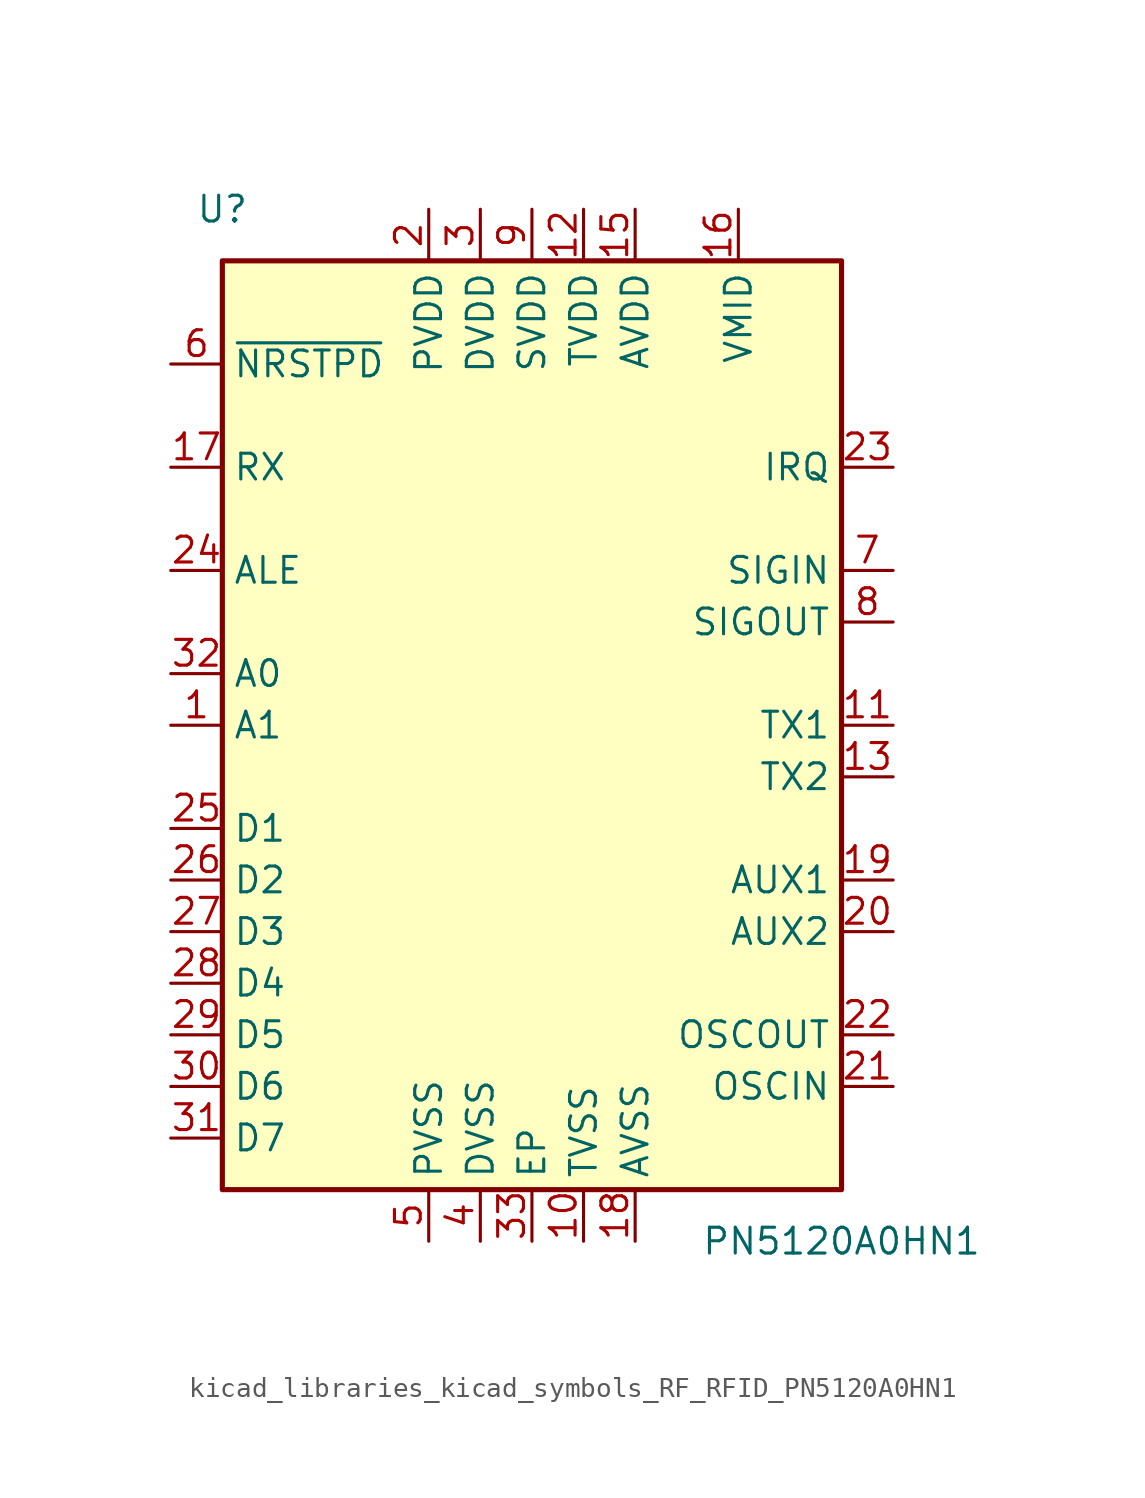
<source format=kicad_sym>
(kicad_symbol_lib
  (version 20220914)
  (generator kicad_symbol_editor)
  (symbol "kicad_libraries_kicad_symbols_RF_RFID_PN5120A0HN1"
    (property "Reference" "U"
      (at -15.24 25.4 0)
      (effects (font (size 1.27 1.27))))
    (property "Value" "PN5120A0HN1"
      (at 15.24 -25.4 0)
      (effects (font (size 1.27 1.27))))
    (symbol "kicad_libraries_kicad_symbols_RF_RFID_PN5120A0HN1_0_1"
      (rectangle (start -15.24 22.86) (end 15.24 -22.86) (stroke (width 0.254) (type default)) (fill (type background))))
    (symbol "kicad_libraries_kicad_symbols_RF_RFID_PN5120A0HN1_1_1"
      (pin input line (at -17.78 0 0) (length 2.54) (name "A1" (effects (font (size 1.27 1.27)))) (number "1" (effects (font (size 1.27 1.27)))))
      (pin power_in line (at 2.54 -25.4 90) (length 2.54) (name "TVSS" (effects (font (size 1.27 1.27)))) (number "10" (effects (font (size 1.27 1.27)))))
      (pin output line (at 17.78 0 180) (length 2.54) (name "TX1" (effects (font (size 1.27 1.27)))) (number "11" (effects (font (size 1.27 1.27)))))
      (pin power_in line (at 2.54 25.4 270) (length 2.54) (name "TVDD" (effects (font (size 1.27 1.27)))) (number "12" (effects (font (size 1.27 1.27)))))
      (pin output line (at 17.78 -2.54 180) (length 2.54) (name "TX2" (effects (font (size 1.27 1.27)))) (number "13" (effects (font (size 1.27 1.27)))))
      (pin passive line (at 2.54 -25.4 90) (length 2.54) hide (name "TVSS" (effects (font (size 1.27 1.27)))) (number "14" (effects (font (size 1.27 1.27)))))
      (pin power_in line (at 5.08 25.4 270) (length 2.54) (name "AVDD" (effects (font (size 1.27 1.27)))) (number "15" (effects (font (size 1.27 1.27)))))
      (pin power_out line (at 10.16 25.4 270) (length 2.54) (name "VMID" (effects (font (size 1.27 1.27)))) (number "16" (effects (font (size 1.27 1.27)))))
      (pin input line (at -17.78 12.7 0) (length 2.54) (name "RX" (effects (font (size 1.27 1.27)))) (number "17" (effects (font (size 1.27 1.27)))))
      (pin power_in line (at 5.08 -25.4 90) (length 2.54) (name "AVSS" (effects (font (size 1.27 1.27)))) (number "18" (effects (font (size 1.27 1.27)))))
      (pin output line (at 17.78 -7.62 180) (length 2.54) (name "AUX1" (effects (font (size 1.27 1.27)))) (number "19" (effects (font (size 1.27 1.27)))))
      (pin power_in line (at -5.08 25.4 270) (length 2.54) (name "PVDD" (effects (font (size 1.27 1.27)))) (number "2" (effects (font (size 1.27 1.27)))))
      (pin output line (at 17.78 -10.16 180) (length 2.54) (name "AUX2" (effects (font (size 1.27 1.27)))) (number "20" (effects (font (size 1.27 1.27)))))
      (pin input line (at 17.78 -17.78 180) (length 2.54) (name "OSCIN" (effects (font (size 1.27 1.27)))) (number "21" (effects (font (size 1.27 1.27)))))
      (pin output line (at 17.78 -15.24 180) (length 2.54) (name "OSCOUT" (effects (font (size 1.27 1.27)))) (number "22" (effects (font (size 1.27 1.27)))))
      (pin output line (at 17.78 12.7 180) (length 2.54) (name "IRQ" (effects (font (size 1.27 1.27)))) (number "23" (effects (font (size 1.27 1.27)))))
      (pin input line (at -17.78 7.62 0) (length 2.54) (name "ALE" (effects (font (size 1.27 1.27)))) (number "24" (effects (font (size 1.27 1.27)))))
      (pin bidirectional line (at -17.78 -5.08 0) (length 2.54) (name "D1" (effects (font (size 1.27 1.27)))) (number "25" (effects (font (size 1.27 1.27)))))
      (pin bidirectional line (at -17.78 -7.62 0) (length 2.54) (name "D2" (effects (font (size 1.27 1.27)))) (number "26" (effects (font (size 1.27 1.27)))))
      (pin bidirectional line (at -17.78 -10.16 0) (length 2.54) (name "D3" (effects (font (size 1.27 1.27)))) (number "27" (effects (font (size 1.27 1.27)))))
      (pin bidirectional line (at -17.78 -12.7 0) (length 2.54) (name "D4" (effects (font (size 1.27 1.27)))) (number "28" (effects (font (size 1.27 1.27)))))
      (pin bidirectional line (at -17.78 -15.24 0) (length 2.54) (name "D5" (effects (font (size 1.27 1.27)))) (number "29" (effects (font (size 1.27 1.27)))))
      (pin power_in line (at -2.54 25.4 270) (length 2.54) (name "DVDD" (effects (font (size 1.27 1.27)))) (number "3" (effects (font (size 1.27 1.27)))))
      (pin bidirectional line (at -17.78 -17.78 0) (length 2.54) (name "D6" (effects (font (size 1.27 1.27)))) (number "30" (effects (font (size 1.27 1.27)))))
      (pin bidirectional line (at -17.78 -20.32 0) (length 2.54) (name "D7" (effects (font (size 1.27 1.27)))) (number "31" (effects (font (size 1.27 1.27)))))
      (pin input line (at -17.78 2.54 0) (length 2.54) (name "A0" (effects (font (size 1.27 1.27)))) (number "32" (effects (font (size 1.27 1.27)))))
      (pin passive line (at 0 -25.4 90) (length 2.54) (name "EP" (effects (font (size 1.27 1.27)))) (number "33" (effects (font (size 1.27 1.27)))))
      (pin power_in line (at -2.54 -25.4 90) (length 2.54) (name "DVSS" (effects (font (size 1.27 1.27)))) (number "4" (effects (font (size 1.27 1.27)))))
      (pin power_in line (at -5.08 -25.4 90) (length 2.54) (name "PVSS" (effects (font (size 1.27 1.27)))) (number "5" (effects (font (size 1.27 1.27)))))
      (pin input line (at -17.78 17.78 0) (length 2.54) (name "~{NRSTPD}" (effects (font (size 1.27 1.27)))) (number "6" (effects (font (size 1.27 1.27)))))
      (pin input line (at 17.78 7.62 180) (length 2.54) (name "SIGIN" (effects (font (size 1.27 1.27)))) (number "7" (effects (font (size 1.27 1.27)))))
      (pin output line (at 17.78 5.08 180) (length 2.54) (name "SIGOUT" (effects (font (size 1.27 1.27)))) (number "8" (effects (font (size 1.27 1.27)))))
      (pin power_in line (at 0 25.4 270) (length 2.54) (name "SVDD" (effects (font (size 1.27 1.27)))) (number "9" (effects (font (size 1.27 1.27))))))))
</source>
